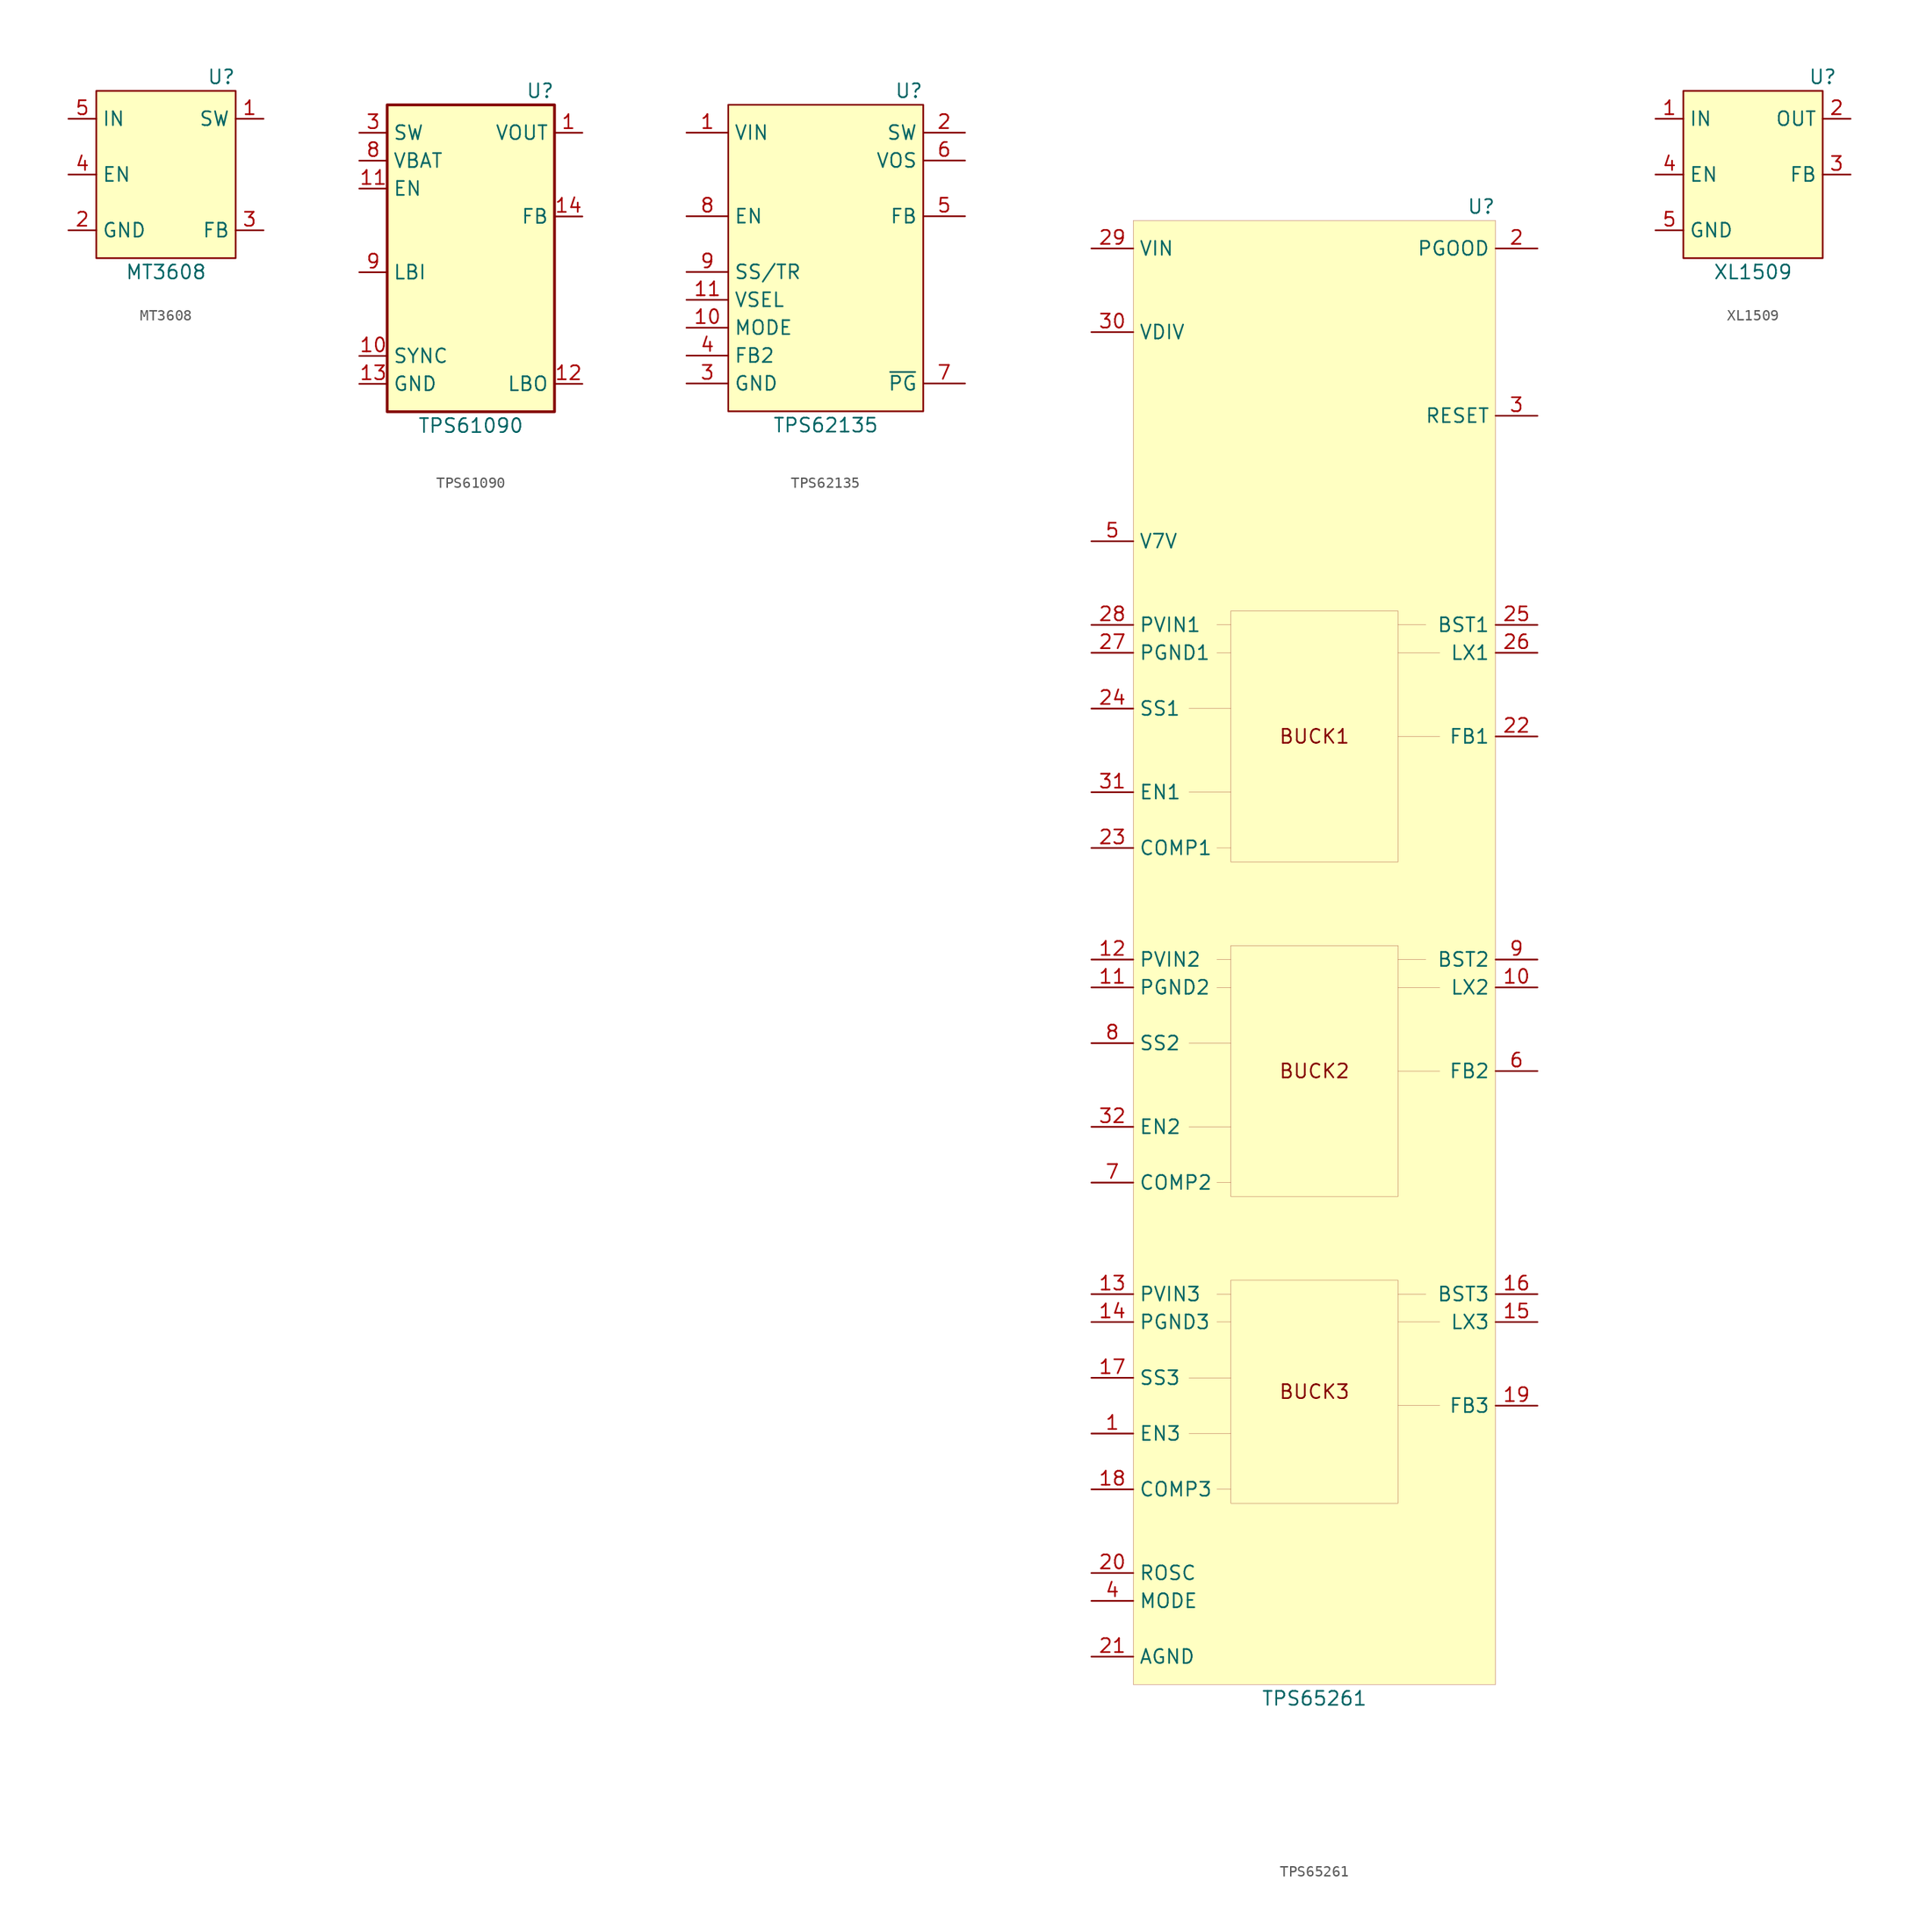
<source format=kicad_sym>
(kicad_symbol_lib
  (version 20201005)
  (generator kicad_symbol_editor)
  (symbol "Regulator_Switching_Extra:MT3608"
    (property "Reference" "U"
      (at 6.35 8.89 0)
      (effects (font (size 1.27 1.27)) (justify right)))
    (property "Value" "MT3608"
      (at 0 -8.89 0)
      (effects (font (size 1.27 1.27))))
    (symbol "MT3608_0_1"
      (rectangle (start -6.35 7.62) (end 6.35 -7.62) (stroke (width 0)) (fill (type background))))
    (symbol "MT3608_1_1"
      (pin power_out line (at 8.89 5.08 180) (length 2.54) (name "SW" (effects (font (size 1.27 1.27)))) (number "1" (effects (font (size 1.27 1.27)))))
      (pin power_in line (at -8.89 -5.08 0) (length 2.54) (name "GND" (effects (font (size 1.27 1.27)))) (number "2" (effects (font (size 1.27 1.27)))))
      (pin input line (at 8.89 -5.08 180) (length 2.54) (name "FB" (effects (font (size 1.27 1.27)))) (number "3" (effects (font (size 1.27 1.27)))))
      (pin input line (at -8.89 0 0) (length 2.54) (name "EN" (effects (font (size 1.27 1.27)))) (number "4" (effects (font (size 1.27 1.27)))))
      (pin power_in line (at -8.89 5.08 0) (length 2.54) (name "IN" (effects (font (size 1.27 1.27)))) (number "5" (effects (font (size 1.27 1.27)))))))
  (symbol "Regulator_Switching_Extra:TPS61090"
    (property "Reference" "U"
      (at 7.62 16.51 0)
      (effects (font (size 1.27 1.27)) (justify right)))
    (property "Value" "TPS61090"
      (at 0 -13.97 0)
      (effects (font (size 1.27 1.27))))
    (symbol "TPS61090_0_0"
      (pin power_out line (at 10.16 12.7 180) (length 2.54) (name "VOUT" (effects (font (size 1.27 1.27)))) (number "1" (effects (font (size 1.27 1.27)))))
      (pin input line (at -10.16 -7.62 0) (length 2.54) (name "SYNC" (effects (font (size 1.27 1.27)))) (number "10" (effects (font (size 1.27 1.27)))))
      (pin input line (at -10.16 7.62 0) (length 2.54) (name "EN" (effects (font (size 1.27 1.27)))) (number "11" (effects (font (size 1.27 1.27)))))
      (pin open_collector line (at 10.16 -10.16 180) (length 2.54) (name "LBO" (effects (font (size 1.27 1.27)))) (number "12" (effects (font (size 1.27 1.27)))))
      (pin power_in line (at -10.16 -10.16 0) (length 2.54) (name "GND" (effects (font (size 1.27 1.27)))) (number "13" (effects (font (size 1.27 1.27)))))
      (pin input line (at 10.16 5.08 180) (length 2.54) (name "FB" (effects (font (size 1.27 1.27)))) (number "14" (effects (font (size 1.27 1.27)))))
      (pin passive line (at 10.16 12.7 180) (length 2.54) hide (name "VOUT" (effects (font (size 1.27 1.27)))) (number "15" (effects (font (size 1.27 1.27)))))
      (pin passive line (at 10.16 12.7 180) (length 2.54) hide (name "VOUT" (effects (font (size 1.27 1.27)))) (number "16" (effects (font (size 1.27 1.27)))))
      (pin passive line (at -10.16 -10.16 0) (length 2.54) hide (name "PAD" (effects (font (size 1.27 1.27)))) (number "17" (effects (font (size 1.27 1.27)))))
      (pin no_connect line (at 0 -5.08 180) (length 2.54) hide (name "NC" (effects (font (size 1.27 1.27)))) (number "2" (effects (font (size 1.27 1.27)))))
      (pin passive line (at -10.16 12.7 0) (length 2.54) (name "SW" (effects (font (size 1.27 1.27)))) (number "3" (effects (font (size 1.27 1.27)))))
      (pin passive line (at -10.16 12.7 0) (length 2.54) hide (name "SW" (effects (font (size 1.27 1.27)))) (number "4" (effects (font (size 1.27 1.27)))))
      (pin passive line (at -10.16 -10.16 0) (length 2.54) hide (name "PGND" (effects (font (size 1.27 1.27)))) (number "5" (effects (font (size 1.27 1.27)))))
      (pin passive line (at -10.16 -10.16 0) (length 2.54) hide (name "PGND" (effects (font (size 1.27 1.27)))) (number "6" (effects (font (size 1.27 1.27)))))
      (pin passive line (at -10.16 -10.16 0) (length 2.54) hide (name "PGND" (effects (font (size 1.27 1.27)))) (number "7" (effects (font (size 1.27 1.27)))))
      (pin power_in line (at -10.16 10.16 0) (length 2.54) (name "VBAT" (effects (font (size 1.27 1.27)))) (number "8" (effects (font (size 1.27 1.27)))))
      (pin input line (at -10.16 0 0) (length 2.54) (name "LBI" (effects (font (size 1.27 1.27)))) (number "9" (effects (font (size 1.27 1.27))))))
    (symbol "TPS61090_0_1"
      (rectangle (start -7.62 15.24) (end 7.62 -12.7) (stroke (width 0.254)) (fill (type background)))))
  (symbol "Regulator_Switching_Extra:TPS62135"
    (property "Reference" "U"
      (at 8.89 13.97 0)
      (effects (font (size 1.27 1.27)) (justify right)))
    (property "Value" "TPS62135"
      (at 0 -16.51 0)
      (effects (font (size 1.27 1.27))))
    (symbol "TPS62135_0_1"
      (rectangle (start -8.89 12.7) (end 8.89 -15.24) (stroke (width 0)) (fill (type background))))
    (symbol "TPS62135_1_1"
      (pin power_in line (at -12.7 10.16 0) (length 3.81) (name "VIN" (effects (font (size 1.27 1.27)))) (number "1" (effects (font (size 1.27 1.27)))))
      (pin input line (at -12.7 -7.62 0) (length 3.81) (name "MODE" (effects (font (size 1.27 1.27)))) (number "10" (effects (font (size 1.27 1.27)))))
      (pin input line (at -12.7 -5.08 0) (length 3.81) (name "VSEL" (effects (font (size 1.27 1.27)))) (number "11" (effects (font (size 1.27 1.27)))))
      (pin power_out line (at 12.7 10.16 180) (length 3.81) (name "SW" (effects (font (size 1.27 1.27)))) (number "2" (effects (font (size 1.27 1.27)))))
      (pin power_in line (at -12.7 -12.7 0) (length 3.81) (name "GND" (effects (font (size 1.27 1.27)))) (number "3" (effects (font (size 1.27 1.27)))))
      (pin output line (at -12.7 -10.16 0) (length 3.81) (name "FB2" (effects (font (size 1.27 1.27)))) (number "4" (effects (font (size 1.27 1.27)))))
      (pin input line (at 12.7 2.54 180) (length 3.81) (name "FB" (effects (font (size 1.27 1.27)))) (number "5" (effects (font (size 1.27 1.27)))))
      (pin input line (at 12.7 7.62 180) (length 3.81) (name "VOS" (effects (font (size 1.27 1.27)))) (number "6" (effects (font (size 1.27 1.27)))))
      (pin output line (at 12.7 -12.7 180) (length 3.81) (name "~PG~" (effects (font (size 1.27 1.27)))) (number "7" (effects (font (size 1.27 1.27)))))
      (pin input line (at -12.7 2.54 0) (length 3.81) (name "EN" (effects (font (size 1.27 1.27)))) (number "8" (effects (font (size 1.27 1.27)))))
      (pin input line (at -12.7 -2.54 0) (length 3.81) (name "SS/TR" (effects (font (size 1.27 1.27)))) (number "9" (effects (font (size 1.27 1.27)))))))
  (symbol "Regulator_Switching_Extra:TPS65261"
    (property "Reference" "U"
      (at 16.51 63.5 0)
      (effects (font (size 1.27 1.27)) (justify right)))
    (property "Value" "TPS65261"
      (at 0 -72.39 0)
      (effects (font (size 1.27 1.27))))
    (symbol "TPS65261_0_0"
      (text "BUCK1" (at 0 15.24 0) (effects (font (size 1.27 1.27))))
      (text "BUCK2" (at 0 -15.24 0) (effects (font (size 1.27 1.27))))
      (text "BUCK3" (at 0 -44.45 0) (effects (font (size 1.27 1.27))))
      (polyline (pts (xy -7.62 -53.34) (xy -8.89 -53.34)) (stroke (width 0.001)) (fill (type none)))
      (polyline (pts (xy -7.62 -48.26) (xy -11.43 -48.26)) (stroke (width 0.001)) (fill (type none)))
      (polyline (pts (xy -7.62 -43.18) (xy -11.43 -43.18)) (stroke (width 0.001)) (fill (type none)))
      (polyline (pts (xy -7.62 -38.1) (xy -8.89 -38.1)) (stroke (width 0.001)) (fill (type none)))
      (polyline (pts (xy -7.62 -35.56) (xy -8.89 -35.56)) (stroke (width 0.001)) (fill (type none)))
      (polyline (pts (xy -7.62 -25.4) (xy -8.89 -25.4)) (stroke (width 0.001)) (fill (type none)))
      (polyline (pts (xy -7.62 -20.32) (xy -11.43 -20.32)) (stroke (width 0.001)) (fill (type none)))
      (polyline (pts (xy -7.62 -12.7) (xy -11.43 -12.7)) (stroke (width 0.001)) (fill (type none)))
      (polyline (pts (xy -7.62 -7.62) (xy -8.89 -7.62)) (stroke (width 0.001)) (fill (type none)))
      (polyline (pts (xy -7.62 -5.08) (xy -8.89 -5.08)) (stroke (width 0.001)) (fill (type none)))
      (polyline (pts (xy -7.62 5.08) (xy -8.89 5.08)) (stroke (width 0.001)) (fill (type none)))
      (polyline (pts (xy -7.62 10.16) (xy -11.43 10.16)) (stroke (width 0.001)) (fill (type none)))
      (polyline (pts (xy -7.62 17.78) (xy -11.43 17.78)) (stroke (width 0.001)) (fill (type none)))
      (polyline (pts (xy -7.62 22.86) (xy -8.89 22.86)) (stroke (width 0.001)) (fill (type none)))
      (polyline (pts (xy -7.62 25.4) (xy -8.89 25.4)) (stroke (width 0.001)) (fill (type none)))
      (polyline (pts (xy 10.16 -35.56) (xy 7.62 -35.56)) (stroke (width 0.001)) (fill (type none)))
      (polyline (pts (xy 10.16 -5.08) (xy 7.62 -5.08)) (stroke (width 0.001)) (fill (type none)))
      (polyline (pts (xy 10.16 25.4) (xy 7.62 25.4)) (stroke (width 0.001)) (fill (type none)))
      (polyline (pts (xy 11.43 -45.72) (xy 7.62 -45.72)) (stroke (width 0.001)) (fill (type none)))
      (polyline (pts (xy 11.43 -38.1) (xy 7.62 -38.1)) (stroke (width 0.001)) (fill (type none)))
      (polyline (pts (xy 11.43 -15.24) (xy 7.62 -15.24)) (stroke (width 0.001)) (fill (type none)))
      (polyline (pts (xy 11.43 -7.62) (xy 7.62 -7.62)) (stroke (width 0.001)) (fill (type none)))
      (polyline (pts (xy 11.43 15.24) (xy 7.62 15.24)) (stroke (width 0.001)) (fill (type none)))
      (polyline (pts (xy 11.43 22.86) (xy 7.62 22.86)) (stroke (width 0.001)) (fill (type none))))
    (symbol "TPS65261_0_1"
      (rectangle (start -7.62 -34.29) (end 7.62 -54.61) (stroke (width 0.001)) (fill (type none)))
      (rectangle (start -7.62 -3.81) (end 7.62 -26.67) (stroke (width 0.001)) (fill (type none)))
      (rectangle (start -7.62 26.67) (end 7.62 3.81) (stroke (width 0.001)) (fill (type none)))
      (rectangle (start -16.51 62.23) (end 16.51 -71.12) (stroke (width 0.001)) (fill (type background))))
    (symbol "TPS65261_1_1"
      (pin input line (at -20.32 -48.26 0) (length 3.81) (name "EN3" (effects (font (size 1.27 1.27)))) (number "1" (effects (font (size 1.27 1.27)))))
      (pin input line (at 20.32 -7.62 180) (length 3.81) (name "LX2" (effects (font (size 1.27 1.27)))) (number "10" (effects (font (size 1.27 1.27)))))
      (pin power_in line (at -20.32 -7.62 0) (length 3.81) (name "PGND2" (effects (font (size 1.27 1.27)))) (number "11" (effects (font (size 1.27 1.27)))))
      (pin power_in line (at -20.32 -5.08 0) (length 3.81) (name "PVIN2" (effects (font (size 1.27 1.27)))) (number "12" (effects (font (size 1.27 1.27)))))
      (pin power_in line (at -20.32 -35.56 0) (length 3.81) (name "PVIN3" (effects (font (size 1.27 1.27)))) (number "13" (effects (font (size 1.27 1.27)))))
      (pin power_in line (at -20.32 -38.1 0) (length 3.81) (name "PGND3" (effects (font (size 1.27 1.27)))) (number "14" (effects (font (size 1.27 1.27)))))
      (pin input line (at 20.32 -38.1 180) (length 3.81) (name "LX3" (effects (font (size 1.27 1.27)))) (number "15" (effects (font (size 1.27 1.27)))))
      (pin input line (at 20.32 -35.56 180) (length 3.81) (name "BST3" (effects (font (size 1.27 1.27)))) (number "16" (effects (font (size 1.27 1.27)))))
      (pin input line (at -20.32 -43.18 0) (length 3.81) (name "SS3" (effects (font (size 1.27 1.27)))) (number "17" (effects (font (size 1.27 1.27)))))
      (pin output line (at -20.32 -53.34 0) (length 3.81) (name "COMP3" (effects (font (size 1.27 1.27)))) (number "18" (effects (font (size 1.27 1.27)))))
      (pin input line (at 20.32 -45.72 180) (length 3.81) (name "FB3" (effects (font (size 1.27 1.27)))) (number "19" (effects (font (size 1.27 1.27)))))
      (pin open_collector line (at 20.32 59.69 180) (length 3.81) (name "PGOOD" (effects (font (size 1.27 1.27)))) (number "2" (effects (font (size 1.27 1.27)))))
      (pin input line (at -20.32 -60.96 0) (length 3.81) (name "ROSC" (effects (font (size 1.27 1.27)))) (number "20" (effects (font (size 1.27 1.27)))))
      (pin power_in line (at -20.32 -68.58 0) (length 3.81) (name "AGND" (effects (font (size 1.27 1.27)))) (number "21" (effects (font (size 1.27 1.27)))))
      (pin input line (at 20.32 15.24 180) (length 3.81) (name "FB1" (effects (font (size 1.27 1.27)))) (number "22" (effects (font (size 1.27 1.27)))))
      (pin output line (at -20.32 5.08 0) (length 3.81) (name "COMP1" (effects (font (size 1.27 1.27)))) (number "23" (effects (font (size 1.27 1.27)))))
      (pin input line (at -20.32 17.78 0) (length 3.81) (name "SS1" (effects (font (size 1.27 1.27)))) (number "24" (effects (font (size 1.27 1.27)))))
      (pin input line (at 20.32 25.4 180) (length 3.81) (name "BST1" (effects (font (size 1.27 1.27)))) (number "25" (effects (font (size 1.27 1.27)))))
      (pin input line (at 20.32 22.86 180) (length 3.81) (name "LX1" (effects (font (size 1.27 1.27)))) (number "26" (effects (font (size 1.27 1.27)))))
      (pin power_in line (at -20.32 22.86 0) (length 3.81) (name "PGND1" (effects (font (size 1.27 1.27)))) (number "27" (effects (font (size 1.27 1.27)))))
      (pin power_in line (at -20.32 25.4 0) (length 3.81) (name "PVIN1" (effects (font (size 1.27 1.27)))) (number "28" (effects (font (size 1.27 1.27)))))
      (pin power_in line (at -20.32 59.69 0) (length 3.81) (name "VIN" (effects (font (size 1.27 1.27)))) (number "29" (effects (font (size 1.27 1.27)))))
      (pin open_collector line (at 20.32 44.45 180) (length 3.81) (name "RESET" (effects (font (size 1.27 1.27)))) (number "3" (effects (font (size 1.27 1.27)))))
      (pin input line (at -20.32 52.07 0) (length 3.81) (name "VDIV" (effects (font (size 1.27 1.27)))) (number "30" (effects (font (size 1.27 1.27)))))
      (pin input line (at -20.32 10.16 0) (length 3.81) (name "EN1" (effects (font (size 1.27 1.27)))) (number "31" (effects (font (size 1.27 1.27)))))
      (pin input line (at -20.32 -20.32 0) (length 3.81) (name "EN2" (effects (font (size 1.27 1.27)))) (number "32" (effects (font (size 1.27 1.27)))))
      (pin passive line (at -20.32 -68.58 0) (length 3.81) hide (name "PAD" (effects (font (size 1.27 1.27)))) (number "33" (effects (font (size 1.27 1.27)))))
      (pin input line (at -20.32 -63.5 0) (length 3.81) (name "MODE" (effects (font (size 1.27 1.27)))) (number "4" (effects (font (size 1.27 1.27)))))
      (pin power_out line (at -20.32 33.02 0) (length 3.81) (name "V7V" (effects (font (size 1.27 1.27)))) (number "5" (effects (font (size 1.27 1.27)))))
      (pin input line (at 20.32 -15.24 180) (length 3.81) (name "FB2" (effects (font (size 1.27 1.27)))) (number "6" (effects (font (size 1.27 1.27)))))
      (pin output line (at -20.32 -25.4 0) (length 3.81) (name "COMP2" (effects (font (size 1.27 1.27)))) (number "7" (effects (font (size 1.27 1.27)))))
      (pin input line (at -20.32 -12.7 0) (length 3.81) (name "SS2" (effects (font (size 1.27 1.27)))) (number "8" (effects (font (size 1.27 1.27)))))
      (pin input line (at 20.32 -5.08 180) (length 3.81) (name "BST2" (effects (font (size 1.27 1.27)))) (number "9" (effects (font (size 1.27 1.27)))))))
  (symbol "Regulator_Switching_Extra:XL1509"
    (property "Reference" "U"
      (at 6.35 8.89 0)
      (effects (font (size 1.27 1.27))))
    (property "Value" "XL1509"
      (at 0 -8.89 0)
      (effects (font (size 1.27 1.27))))
    (symbol "XL1509_0_0"
      (pin passive line (at -8.89 -5.08 0) (length 2.54) hide (name "GND" (effects (font (size 1.27 1.27)))) (number "6" (effects (font (size 1.27 1.27)))))
      (pin passive line (at -8.89 -5.08 0) (length 2.54) hide (name "GND" (effects (font (size 1.27 1.27)))) (number "7" (effects (font (size 1.27 1.27)))))
      (pin passive line (at -8.89 -5.08 0) (length 2.54) hide (name "GND" (effects (font (size 1.27 1.27)))) (number "8" (effects (font (size 1.27 1.27))))))
    (symbol "XL1509_0_1"
      (rectangle (start -6.35 7.62) (end 6.35 -7.62) (stroke (width 0)) (fill (type background))))
    (symbol "XL1509_1_1"
      (pin power_in line (at -8.89 5.08 0) (length 2.54) (name "IN" (effects (font (size 1.27 1.27)))) (number "1" (effects (font (size 1.27 1.27)))))
      (pin power_out line (at 8.89 5.08 180) (length 2.54) (name "OUT" (effects (font (size 1.27 1.27)))) (number "2" (effects (font (size 1.27 1.27)))))
      (pin input line (at 8.89 0 180) (length 2.54) (name "FB" (effects (font (size 1.27 1.27)))) (number "3" (effects (font (size 1.27 1.27)))))
      (pin input line (at -8.89 0 0) (length 2.54) (name "EN" (effects (font (size 1.27 1.27)))) (number "4" (effects (font (size 1.27 1.27)))))
      (pin power_in line (at -8.89 -5.08 0) (length 2.54) (name "GND" (effects (font (size 1.27 1.27)))) (number "5" (effects (font (size 1.27 1.27))))))))
</source>
